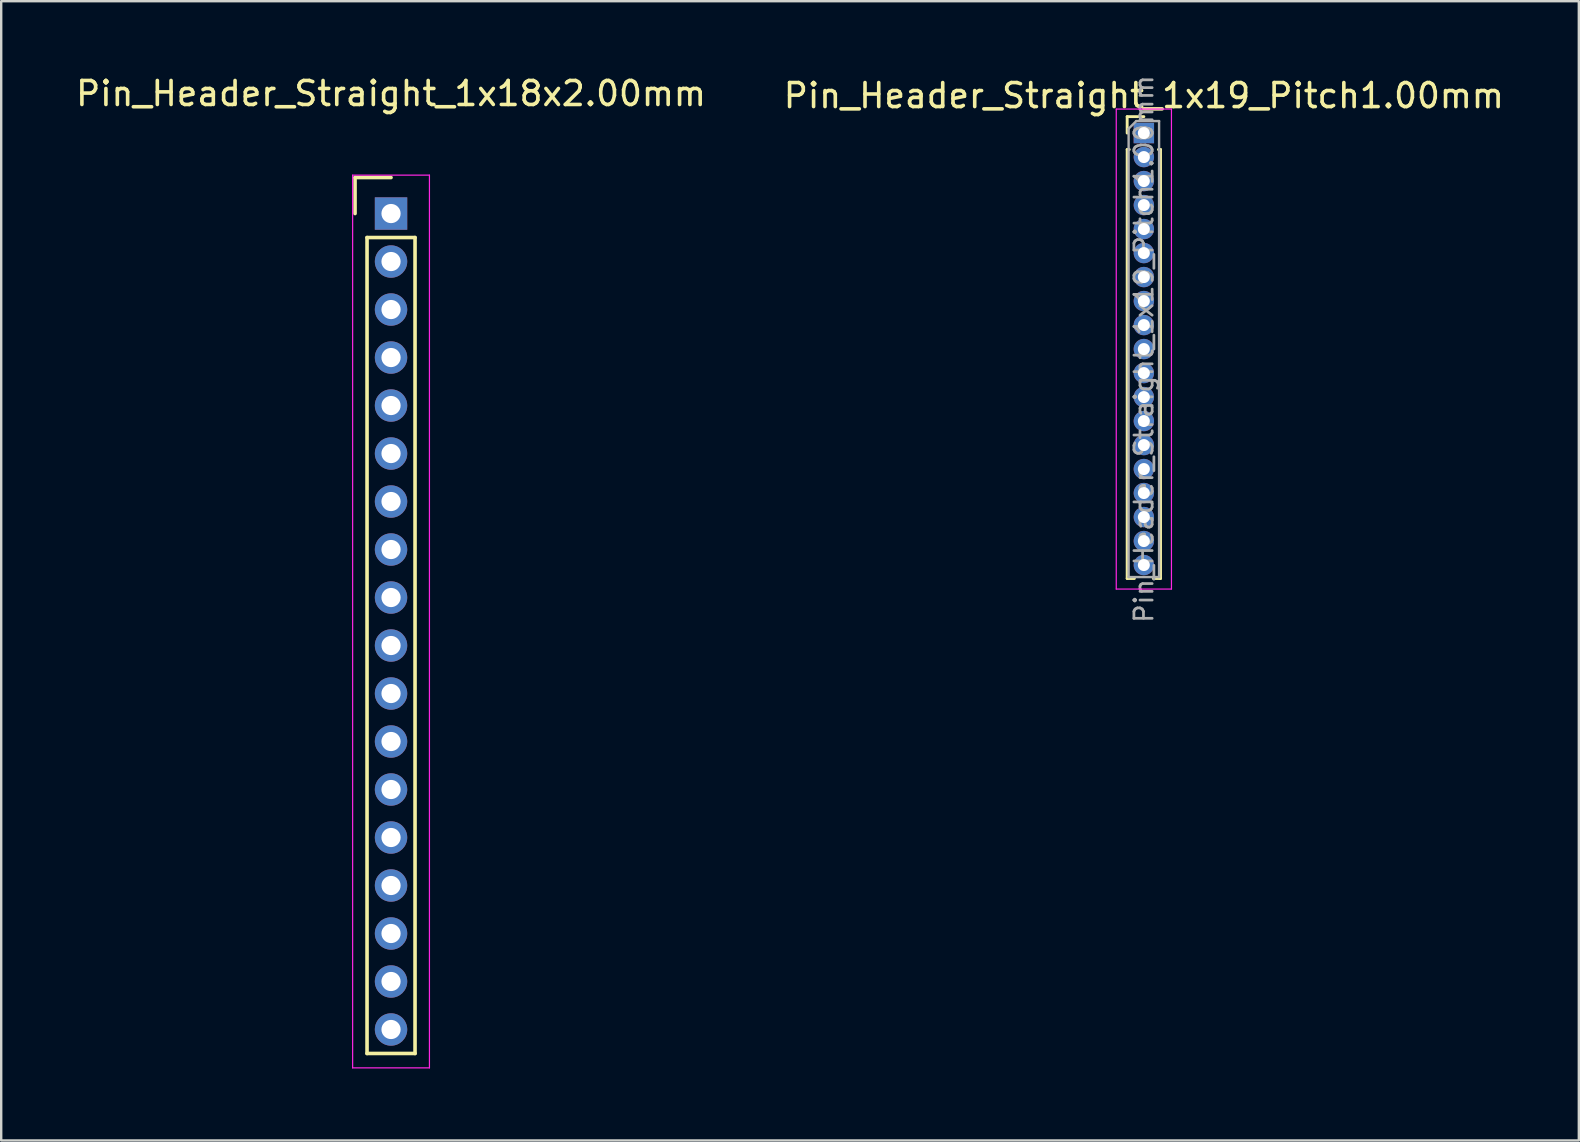
<source format=kicad_pcb>
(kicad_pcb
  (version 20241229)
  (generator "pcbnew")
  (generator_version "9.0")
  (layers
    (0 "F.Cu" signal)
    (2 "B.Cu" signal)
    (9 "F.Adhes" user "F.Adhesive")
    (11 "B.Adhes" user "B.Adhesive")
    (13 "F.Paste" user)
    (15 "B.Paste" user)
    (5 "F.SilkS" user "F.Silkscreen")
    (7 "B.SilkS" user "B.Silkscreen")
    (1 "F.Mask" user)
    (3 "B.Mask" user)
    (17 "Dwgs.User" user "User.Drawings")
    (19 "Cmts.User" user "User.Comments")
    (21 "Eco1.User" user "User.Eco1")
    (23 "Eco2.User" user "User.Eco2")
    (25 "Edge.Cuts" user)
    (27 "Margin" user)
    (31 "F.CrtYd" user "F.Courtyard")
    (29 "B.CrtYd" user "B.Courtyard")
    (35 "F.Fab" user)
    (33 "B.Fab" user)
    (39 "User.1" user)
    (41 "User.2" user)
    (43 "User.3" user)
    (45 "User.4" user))
  (footprint "Pin_Header_Straight_1x19_Pitch1.00mm"
    (layer "F.Cu")
    (at 44.613 2.495)
    (property "Reference" "Pin_Header_Straight_1x19_Pitch1.00mm" (at 0 -1.56 0) (layer "F.SilkS") (effects (font (size 1 1) (thickness 0.15))))
    (attr through_hole)
    (fp_line (start -0.695 -0.685) (end 0 -0.685) (stroke (width 0.12) (type solid)) (layer "F.SilkS"))
    (fp_line (start -0.695 0) (end -0.695 -0.685) (stroke (width 0.12) (type solid)) (layer "F.SilkS"))
    (fp_line (start -0.695 0.685) (end -0.695 18.56) (stroke (width 0.12) (type solid)) (layer "F.SilkS"))
    (fp_line (start -0.695 0.685) (end -0.608 0.685) (stroke (width 0.12) (type solid)) (layer "F.SilkS"))
    (fp_line (start -0.695 18.56) (end -0.394 18.56) (stroke (width 0.12) (type solid)) (layer "F.SilkS"))
    (fp_line (start 0.394 18.56) (end 0.695 18.56) (stroke (width 0.12) (type solid)) (layer "F.SilkS"))
    (fp_line (start 0.608 0.685) (end 0.695 0.685) (stroke (width 0.12) (type solid)) (layer "F.SilkS"))
    (fp_line (start 0.695 0.685) (end 0.695 18.56) (stroke (width 0.12) (type solid)) (layer "F.SilkS"))
    (fp_line (start -1.15 -1) (end -1.15 19) (stroke (width 0.05) (type solid)) (layer "F.CrtYd"))
    (fp_line (start -1.15 19) (end 1.15 19) (stroke (width 0.05) (type solid)) (layer "F.CrtYd"))
    (fp_line (start 1.15 -1) (end -1.15 -1) (stroke (width 0.05) (type solid)) (layer "F.CrtYd"))
    (fp_line (start 1.15 19) (end 1.15 -1) (stroke (width 0.05) (type solid)) (layer "F.CrtYd"))
    (fp_line (start -0.635 -0.182) (end -0.318 -0.5) (stroke (width 0.1) (type solid)) (layer "F.Fab"))
    (fp_line (start -0.635 18.5) (end -0.635 -0.182) (stroke (width 0.1) (type solid)) (layer "F.Fab"))
    (fp_line (start -0.318 -0.5) (end 0.635 -0.5) (stroke (width 0.1) (type solid)) (layer "F.Fab"))
    (fp_line (start 0.635 -0.5) (end 0.635 18.5) (stroke (width 0.1) (type solid)) (layer "F.Fab"))
    (fp_line (start 0.635 18.5) (end -0.635 18.5) (stroke (width 0.1) (type solid)) (layer "F.Fab"))
    (fp_text user "${REFERENCE}" (at 0 9 90) (layer "F.Fab") (effects (font (size 0.76 0.76) (thickness 0.114))))
    (pad "1" thru_hole rect (at 0 0) (size 0.85 0.85) (drill 0.5) (layers "*.Cu" "*.Mask"))
    (pad "2" thru_hole oval (at 0 1) (size 0.85 0.85) (drill 0.5) (layers "*.Cu" "*.Mask"))
    (pad "3" thru_hole oval (at 0 2) (size 0.85 0.85) (drill 0.5) (layers "*.Cu" "*.Mask"))
    (pad "4" thru_hole oval (at 0 3) (size 0.85 0.85) (drill 0.5) (layers "*.Cu" "*.Mask"))
    (pad "5" thru_hole oval (at 0 4) (size 0.85 0.85) (drill 0.5) (layers "*.Cu" "*.Mask"))
    (pad "6" thru_hole oval (at 0 5) (size 0.85 0.85) (drill 0.5) (layers "*.Cu" "*.Mask"))
    (pad "7" thru_hole oval (at 0 6) (size 0.85 0.85) (drill 0.5) (layers "*.Cu" "*.Mask"))
    (pad "8" thru_hole oval (at 0 7) (size 0.85 0.85) (drill 0.5) (layers "*.Cu" "*.Mask"))
    (pad "9" thru_hole oval (at 0 8) (size 0.85 0.85) (drill 0.5) (layers "*.Cu" "*.Mask"))
    (pad "10" thru_hole oval (at 0 9) (size 0.85 0.85) (drill 0.5) (layers "*.Cu" "*.Mask"))
    (pad "11" thru_hole oval (at 0 10) (size 0.85 0.85) (drill 0.5) (layers "*.Cu" "*.Mask"))
    (pad "12" thru_hole oval (at 0 11) (size 0.85 0.85) (drill 0.5) (layers "*.Cu" "*.Mask"))
    (pad "13" thru_hole oval (at 0 12) (size 0.85 0.85) (drill 0.5) (layers "*.Cu" "*.Mask"))
    (pad "14" thru_hole oval (at 0 13) (size 0.85 0.85) (drill 0.5) (layers "*.Cu" "*.Mask"))
    (pad "15" thru_hole oval (at 0 14) (size 0.85 0.85) (drill 0.5) (layers "*.Cu" "*.Mask"))
    (pad "16" thru_hole oval (at 0 15) (size 0.85 0.85) (drill 0.5) (layers "*.Cu" "*.Mask"))
    (pad "17" thru_hole oval (at 0 16) (size 0.85 0.85) (drill 0.5) (layers "*.Cu" "*.Mask"))
    (pad "18" thru_hole oval (at 0 17) (size 0.85 0.85) (drill 0.5) (layers "*.Cu" "*.Mask"))
    (pad "19" thru_hole oval (at 0 18) (size 0.85 0.85) (drill 0.5) (layers "*.Cu" "*.Mask")))
  (footprint "Pin_Header_Straight_1x18x2.00mm"
    (layer "F.Cu")
    (at 13.244 5.848)
    (property "Reference" "Pin_Header_Straight_1x18x2.00mm" (at 0 -5 0) (layer "F.SilkS") (effects (font (size 1 1) (thickness 0.15))))
    (attr through_hole)
    (fp_line (start -1.5 -1.5) (end 0 -1.5) (stroke (width 0.15) (type solid)) (layer "F.SilkS"))
    (fp_line (start -1.5 0) (end -1.5 -1.5) (stroke (width 0.15) (type solid)) (layer "F.SilkS"))
    (fp_line (start -1 1) (end 1 1) (stroke (width 0.15) (type solid)) (layer "F.SilkS"))
    (fp_line (start -1 35) (end -1 1) (stroke (width 0.15) (type solid)) (layer "F.SilkS"))
    (fp_line (start 1 1) (end 1 35) (stroke (width 0.15) (type solid)) (layer "F.SilkS"))
    (fp_line (start 1 35) (end -1 35) (stroke (width 0.15) (type solid)) (layer "F.SilkS"))
    (fp_line (start -1.6 -1.6) (end 1.6 -1.6) (stroke (width 0.05) (type solid)) (layer "F.CrtYd"))
    (fp_line (start -1.6 35.6) (end -1.6 -1.6) (stroke (width 0.05) (type solid)) (layer "F.CrtYd"))
    (fp_line (start 1.6 -1.6) (end 1.6 35.6) (stroke (width 0.05) (type solid)) (layer "F.CrtYd"))
    (fp_line (start 1.6 35.6) (end -1.6 35.6) (stroke (width 0.05) (type solid)) (layer "F.CrtYd"))
    (pad "1" thru_hole rect (at 0 0) (size 1.35 1.35) (drill 0.8) (layers "*.Cu" "*.Mask"))
    (pad "2" thru_hole circle (at 0 2) (size 1.35 1.35) (drill 0.8) (layers "*.Cu" "*.Mask"))
    (pad "3" thru_hole circle (at 0 4) (size 1.35 1.35) (drill 0.8) (layers "*.Cu" "*.Mask"))
    (pad "4" thru_hole circle (at 0 6) (size 1.35 1.35) (drill 0.8) (layers "*.Cu" "*.Mask"))
    (pad "5" thru_hole circle (at 0 8) (size 1.35 1.35) (drill 0.8) (layers "*.Cu" "*.Mask"))
    (pad "6" thru_hole circle (at 0 10) (size 1.35 1.35) (drill 0.8) (layers "*.Cu" "*.Mask"))
    (pad "7" thru_hole circle (at 0 12) (size 1.35 1.35) (drill 0.8) (layers "*.Cu" "*.Mask"))
    (pad "8" thru_hole circle (at 0 14) (size 1.35 1.35) (drill 0.8) (layers "*.Cu" "*.Mask"))
    (pad "9" thru_hole circle (at 0 16) (size 1.35 1.35) (drill 0.8) (layers "*.Cu" "*.Mask"))
    (pad "10" thru_hole circle (at 0 18) (size 1.35 1.35) (drill 0.8) (layers "*.Cu" "*.Mask"))
    (pad "11" thru_hole circle (at 0 20) (size 1.35 1.35) (drill 0.8) (layers "*.Cu" "*.Mask"))
    (pad "12" thru_hole circle (at 0 22) (size 1.35 1.35) (drill 0.8) (layers "*.Cu" "*.Mask"))
    (pad "13" thru_hole circle (at 0 24) (size 1.35 1.35) (drill 0.8) (layers "*.Cu" "*.Mask"))
    (pad "14" thru_hole circle (at 0 26) (size 1.35 1.35) (drill 0.8) (layers "*.Cu" "*.Mask"))
    (pad "15" thru_hole circle (at 0 28) (size 1.35 1.35) (drill 0.8) (layers "*.Cu" "*.Mask"))
    (pad "16" thru_hole circle (at 0 30) (size 1.35 1.35) (drill 0.8) (layers "*.Cu" "*.Mask"))
    (pad "17" thru_hole circle (at 0 32) (size 1.35 1.35) (drill 0.8) (layers "*.Cu" "*.Mask"))
    (pad "18" thru_hole circle (at 0 34) (size 1.35 1.35) (drill 0.8) (layers "*.Cu" "*.Mask")))
  (gr_rect
    (start -3 -3)
    (end 62.738 44.473)
    (stroke (width 0.1) (type default))
    (fill no)
    (layer "Edge.Cuts")))
</source>
